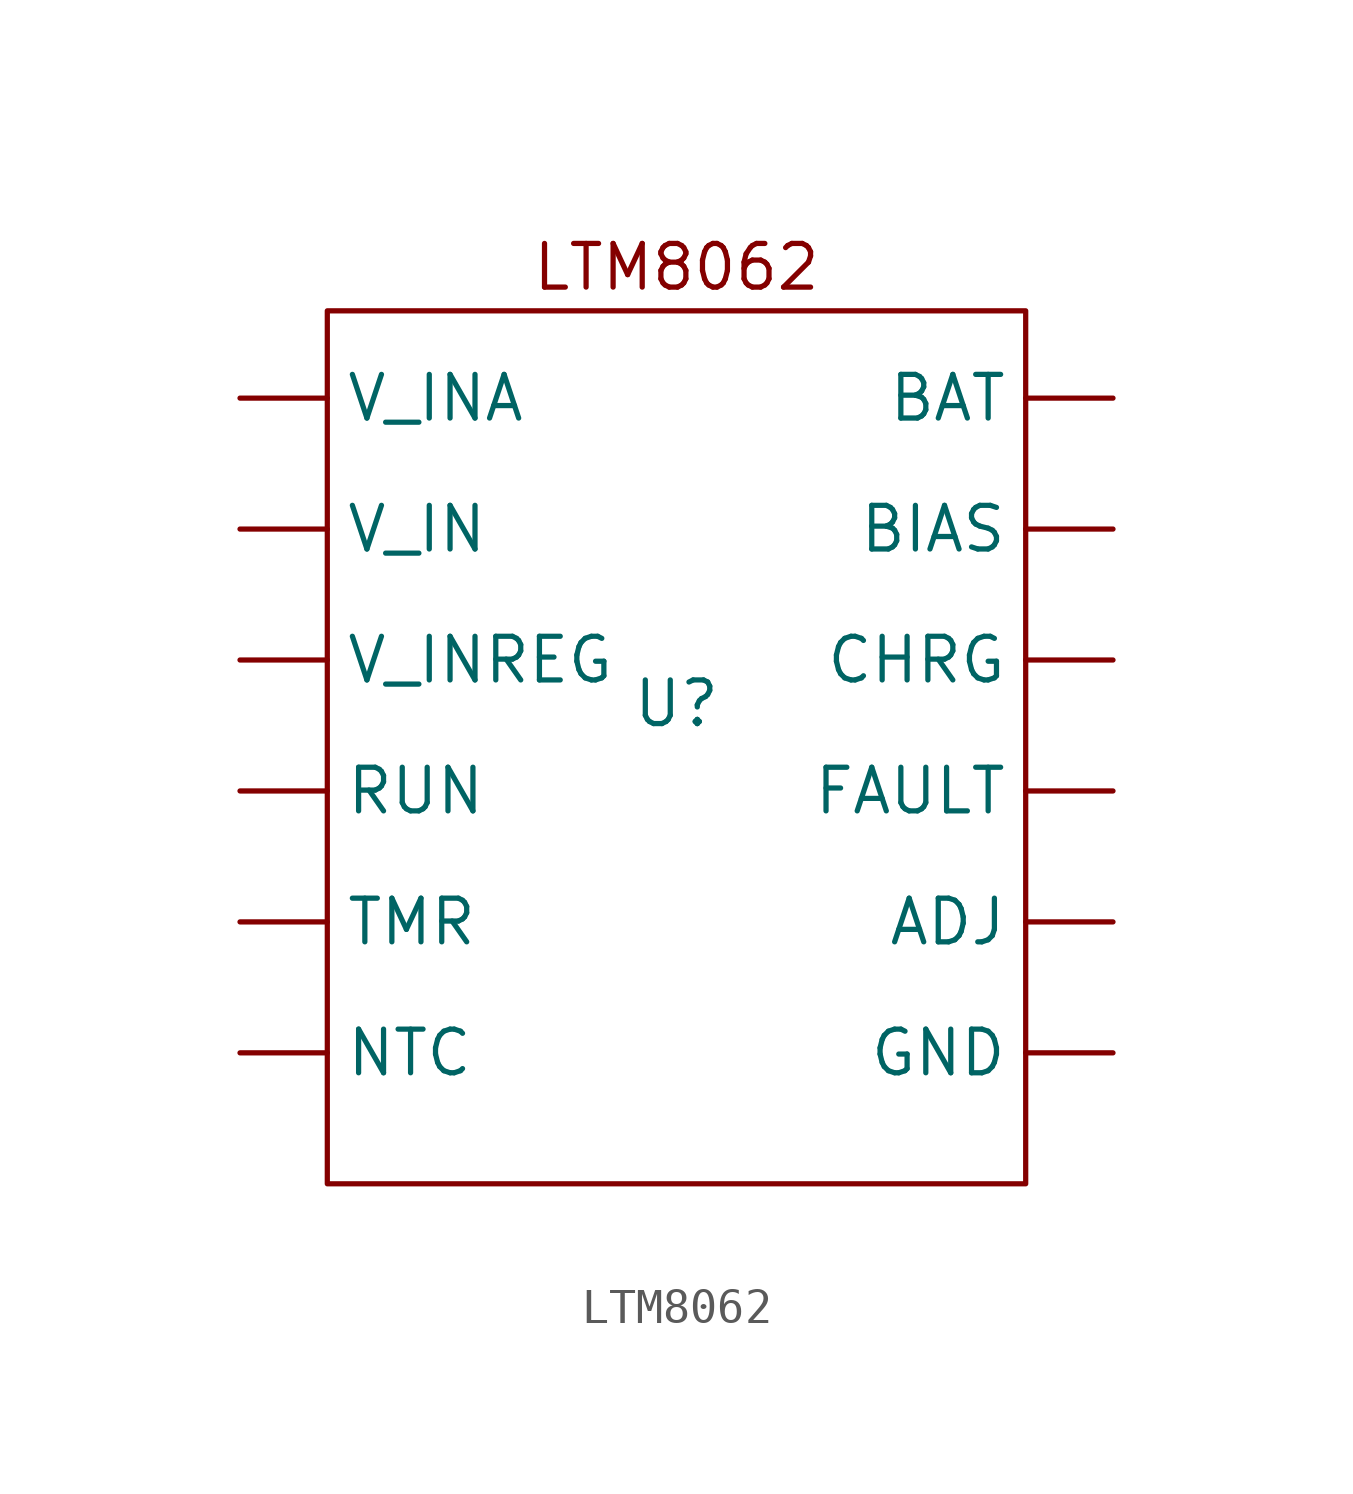
<source format=kicad_sym>
(kicad_symbol_lib
  (version 20231120)
  (generator "kicad_symbol_editor")
  (generator_version "8.0")
  (symbol "LTM8062"
    (property "Reference" "U"
      (at 0 0 0)
      (effects (font (size 1.27 1.27))))
    (property "Value" ""
      (at -5.08 -2.54 0)
      (effects (font (size 1.27 1.27))))
    (symbol "LTM8062_0_1"
      (rectangle (start -10.16 11.43) (end 10.16 -13.97) (stroke (width 0) (type default)) (fill (type none))))
    (symbol "LTM8062_1_1"
      (text "LTM8062" (at 0 12.7 0) (effects (font (size 1.27 1.27))))
      (pin input line (at 12.7 -6.35 180) (length 2.54) (name "ADJ" (effects (font (size 1.27 1.27)))) (number "" (effects (font (size 1.27 1.27)))))
      (pin input line (at 12.7 8.89 180) (length 2.54) (name "BAT" (effects (font (size 1.27 1.27)))) (number "" (effects (font (size 1.27 1.27)))))
      (pin input line (at 12.7 5.08 180) (length 2.54) (name "BIAS" (effects (font (size 1.27 1.27)))) (number "" (effects (font (size 1.27 1.27)))))
      (pin output line (at 12.7 1.27 180) (length 2.54) (name "CHRG" (effects (font (size 1.27 1.27)))) (number "" (effects (font (size 1.27 1.27)))))
      (pin output line (at 12.7 -2.54 180) (length 2.54) (name "FAULT" (effects (font (size 1.27 1.27)))) (number "" (effects (font (size 1.27 1.27)))))
      (pin input line (at 12.7 -10.16 180) (length 2.54) (name "GND" (effects (font (size 1.27 1.27)))) (number "" (effects (font (size 1.27 1.27)))))
      (pin input line (at -12.7 -10.16 0) (length 2.54) (name "NTC" (effects (font (size 1.27 1.27)))) (number "" (effects (font (size 1.27 1.27)))))
      (pin input line (at -12.7 -2.54 0) (length 2.54) (name "RUN" (effects (font (size 1.27 1.27)))) (number "" (effects (font (size 1.27 1.27)))))
      (pin input line (at -12.7 -6.35 0) (length 2.54) (name "TMR" (effects (font (size 1.27 1.27)))) (number "" (effects (font (size 1.27 1.27)))))
      (pin input line (at -12.7 5.08 0) (length 2.54) (name "V_IN" (effects (font (size 1.27 1.27)))) (number "" (effects (font (size 1.27 1.27)))))
      (pin input line (at -12.7 8.89 0) (length 2.54) (name "V_INA" (effects (font (size 1.27 1.27)))) (number "" (effects (font (size 1.27 1.27)))))
      (pin input line (at -12.7 1.27 0) (length 2.54) (name "V_INREG" (effects (font (size 1.27 1.27)))) (number "" (effects (font (size 1.27 1.27))))))))
</source>
